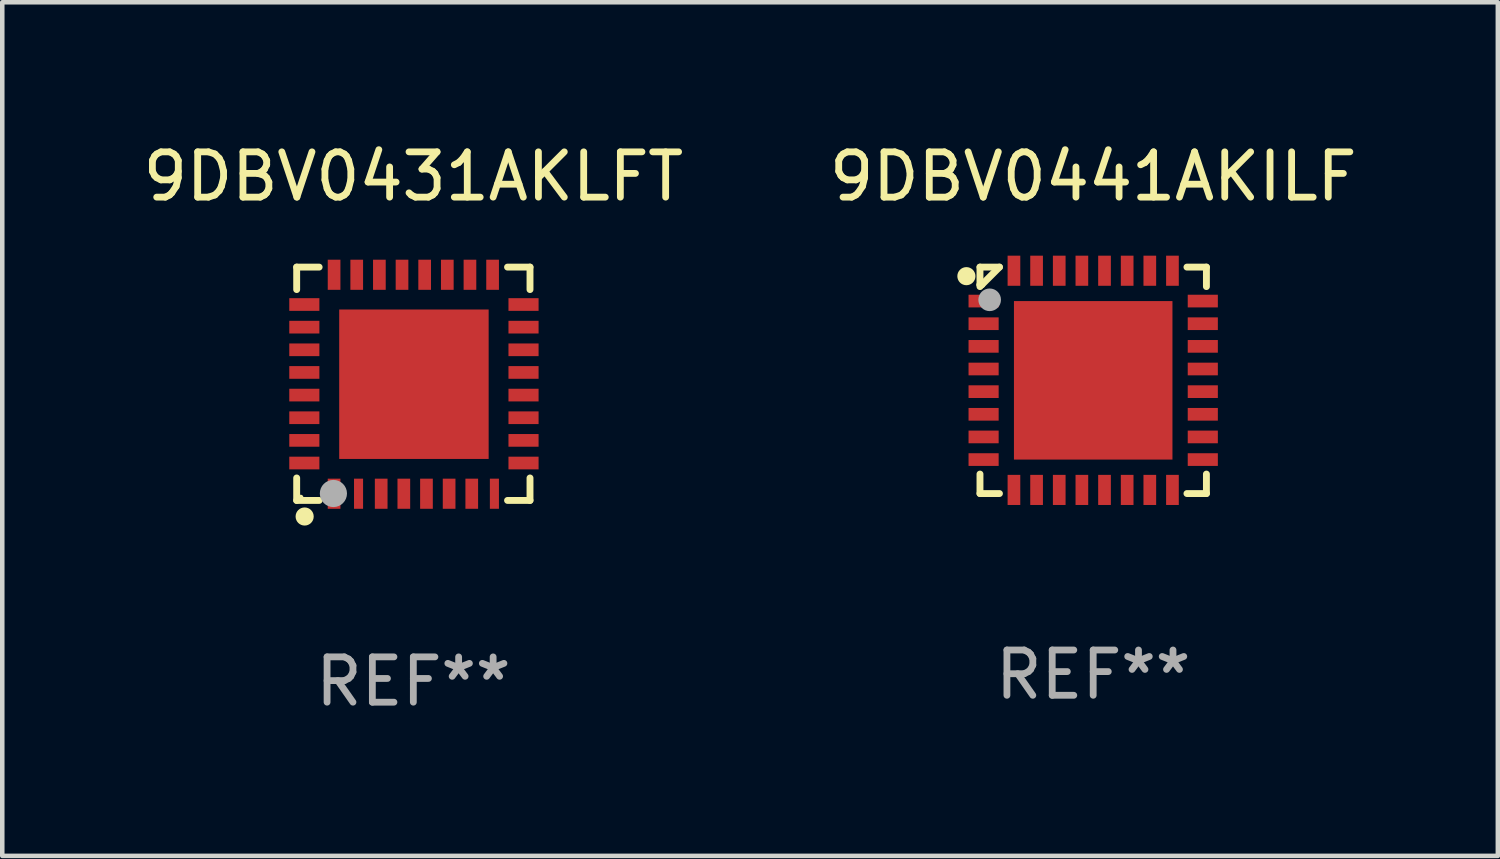
<source format=kicad_pcb>
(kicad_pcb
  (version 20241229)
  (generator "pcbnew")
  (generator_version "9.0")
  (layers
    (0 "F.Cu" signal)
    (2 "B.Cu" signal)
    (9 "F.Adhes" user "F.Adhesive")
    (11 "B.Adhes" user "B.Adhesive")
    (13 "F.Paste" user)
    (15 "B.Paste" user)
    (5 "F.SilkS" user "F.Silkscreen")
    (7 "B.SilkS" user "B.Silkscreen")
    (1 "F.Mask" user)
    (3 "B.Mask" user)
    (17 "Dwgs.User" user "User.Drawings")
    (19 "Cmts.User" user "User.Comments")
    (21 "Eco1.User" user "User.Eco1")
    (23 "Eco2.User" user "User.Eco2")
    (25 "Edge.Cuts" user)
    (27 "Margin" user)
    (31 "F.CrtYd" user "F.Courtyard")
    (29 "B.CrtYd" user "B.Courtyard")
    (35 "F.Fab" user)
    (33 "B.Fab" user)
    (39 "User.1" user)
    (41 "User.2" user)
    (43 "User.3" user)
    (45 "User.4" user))
  (footprint "9DBV0441AKILF"
    (layer "F.Cu")
    (at 21.089 5.348)
    (property "Reference" "9DBV0441AKILF" (at 0 -4.5 0) (layer "F.SilkS") (effects (font (size 1 1) (thickness 0.15))))
    (attr through_hole)
    (fp_line (start -2.5 -2.5) (end -2.07 -2.5) (stroke (width 0.152) (type solid)) (layer "F.SilkS"))
    (fp_line (start -2.5 -2.11) (end -2.5 -2.5) (stroke (width 0.152) (type solid)) (layer "F.SilkS"))
    (fp_line (start -2.5 -2.11) (end -2.5 -2.07) (stroke (width 0.152) (type solid)) (layer "F.SilkS"))
    (fp_line (start -2.5 -2.11) (end -2.46 -2.11) (stroke (width 0.152) (type solid)) (layer "F.SilkS"))
    (fp_line (start -2.5 2.5) (end -2.5 2.07) (stroke (width 0.152) (type solid)) (layer "F.SilkS"))
    (fp_line (start -2.46 -2.11) (end -2.07 -2.5) (stroke (width 0.152) (type solid)) (layer "F.SilkS"))
    (fp_line (start -2.07 2.5) (end -2.5 2.5) (stroke (width 0.152) (type solid)) (layer "F.SilkS"))
    (fp_line (start 2.07 -2.5) (end 2.5 -2.5) (stroke (width 0.152) (type solid)) (layer "F.SilkS"))
    (fp_line (start 2.5 -2.5) (end 2.5 -2.07) (stroke (width 0.152) (type solid)) (layer "F.SilkS"))
    (fp_line (start 2.5 2.07) (end 2.5 2.5) (stroke (width 0.152) (type solid)) (layer "F.SilkS"))
    (fp_line (start 2.5 2.5) (end 2.07 2.5) (stroke (width 0.152) (type solid)) (layer "F.SilkS"))
    (fp_circle (center -2.8 -2.3) (end -2.7 -2.3) (stroke (width 0.2) (type solid)) (fill no) (layer "F.SilkS"))
    (fp_circle (center -2.5 -2.5) (end -2.47 -2.5) (stroke (width 0.06) (type solid)) (fill no) (layer "F.SilkS"))
    (fp_circle (center -2.286 -1.778) (end -2.161 -1.778) (stroke (width 0.25) (type solid)) (fill no) (layer "F.Fab"))
    (fp_text user "REF**" (at 0 6.5 0) (layer "F.Fab") (effects (font (size 1 1) (thickness 0.15))))
    (pad "1" smd rect (at -2.42 -1.75 270) (size 0.28 0.665) (layers "F.Cu" "F.Mask" "F.Paste"))
    (pad "2" smd rect (at -2.42 -1.25 270) (size 0.28 0.665) (layers "F.Cu" "F.Mask" "F.Paste"))
    (pad "3" smd rect (at -2.42 -0.75 270) (size 0.28 0.665) (layers "F.Cu" "F.Mask" "F.Paste"))
    (pad "4" smd rect (at -2.42 -0.25 270) (size 0.28 0.665) (layers "F.Cu" "F.Mask" "F.Paste"))
    (pad "5" smd rect (at -2.42 0.25 270) (size 0.28 0.665) (layers "F.Cu" "F.Mask" "F.Paste"))
    (pad "6" smd rect (at -2.42 0.75 270) (size 0.28 0.665) (layers "F.Cu" "F.Mask" "F.Paste"))
    (pad "7" smd rect (at -2.42 1.25 270) (size 0.28 0.665) (layers "F.Cu" "F.Mask" "F.Paste"))
    (pad "8" smd rect (at -2.42 1.75 270) (size 0.28 0.665) (layers "F.Cu" "F.Mask" "F.Paste"))
    (pad "9" smd rect (at -1.75 2.42 270) (size 0.665 0.28) (layers "F.Cu" "F.Mask" "F.Paste"))
    (pad "10" smd rect (at -1.25 2.42 270) (size 0.665 0.28) (layers "F.Cu" "F.Mask" "F.Paste"))
    (pad "11" smd rect (at -0.75 2.42 270) (size 0.665 0.28) (layers "F.Cu" "F.Mask" "F.Paste"))
    (pad "12" smd rect (at -0.25 2.42 270) (size 0.665 0.28) (layers "F.Cu" "F.Mask" "F.Paste"))
    (pad "13" smd rect (at 0.25 2.42 270) (size 0.665 0.28) (layers "F.Cu" "F.Mask" "F.Paste"))
    (pad "14" smd rect (at 0.75 2.42 270) (size 0.665 0.28) (layers "F.Cu" "F.Mask" "F.Paste"))
    (pad "15" smd rect (at 1.25 2.42 270) (size 0.665 0.28) (layers "F.Cu" "F.Mask" "F.Paste"))
    (pad "16" smd rect (at 1.75 2.42 270) (size 0.665 0.28) (layers "F.Cu" "F.Mask" "F.Paste"))
    (pad "17" smd rect (at 2.42 1.75 270) (size 0.28 0.665) (layers "F.Cu" "F.Mask" "F.Paste"))
    (pad "18" smd rect (at 2.42 1.25 270) (size 0.28 0.665) (layers "F.Cu" "F.Mask" "F.Paste"))
    (pad "19" smd rect (at 2.42 0.75 270) (size 0.28 0.665) (layers "F.Cu" "F.Mask" "F.Paste"))
    (pad "20" smd rect (at 2.42 0.25 270) (size 0.28 0.665) (layers "F.Cu" "F.Mask" "F.Paste"))
    (pad "21" smd rect (at 2.42 -0.25 270) (size 0.28 0.665) (layers "F.Cu" "F.Mask" "F.Paste"))
    (pad "22" smd rect (at 2.42 -0.75 270) (size 0.28 0.665) (layers "F.Cu" "F.Mask" "F.Paste"))
    (pad "23" smd rect (at 2.42 -1.25 270) (size 0.28 0.665) (layers "F.Cu" "F.Mask" "F.Paste"))
    (pad "24" smd rect (at 2.42 -1.75 270) (size 0.28 0.665) (layers "F.Cu" "F.Mask" "F.Paste"))
    (pad "25" smd rect (at 1.75 -2.42 270) (size 0.665 0.28) (layers "F.Cu" "F.Mask" "F.Paste"))
    (pad "26" smd rect (at 1.25 -2.42 270) (size 0.665 0.28) (layers "F.Cu" "F.Mask" "F.Paste"))
    (pad "27" smd rect (at 0.75 -2.42 270) (size 0.665 0.28) (layers "F.Cu" "F.Mask" "F.Paste"))
    (pad "28" smd rect (at 0.25 -2.42 270) (size 0.665 0.28) (layers "F.Cu" "F.Mask" "F.Paste"))
    (pad "29" smd rect (at -0.25 -2.42 270) (size 0.665 0.28) (layers "F.Cu" "F.Mask" "F.Paste"))
    (pad "30" smd rect (at -0.75 -2.42 270) (size 0.665 0.28) (layers "F.Cu" "F.Mask" "F.Paste"))
    (pad "31" smd rect (at -1.25 -2.42 270) (size 0.665 0.28) (layers "F.Cu" "F.Mask" "F.Paste"))
    (pad "32" smd rect (at -1.75 -2.42 270) (size 0.665 0.28) (layers "F.Cu" "F.Mask" "F.Paste"))
    (pad "33" smd rect (at 0 0 270) (size 3.5 3.5) (layers "F.Cu" "F.Mask" "F.Paste")))
  (footprint "9DBV0431AKLFT"
    (layer "F.Cu")
    (at 6.077 5.424)
    (property "Reference" "9DBV0431AKLFT" (at 0 -4.576 0) (layer "F.SilkS") (effects (font (size 1 1) (thickness 0.15))))
    (attr through_hole)
    (fp_line (start -2.576 -2.576) (end -2.576 -2.08) (stroke (width 0.152) (type solid)) (layer "F.SilkS"))
    (fp_line (start -2.576 2.576) (end -2.576 2.08) (stroke (width 0.152) (type solid)) (layer "F.SilkS"))
    (fp_line (start -2.08 -2.576) (end -2.576 -2.576) (stroke (width 0.152) (type solid)) (layer "F.SilkS"))
    (fp_line (start -2.08 2.576) (end -2.576 2.576) (stroke (width 0.152) (type solid)) (layer "F.SilkS"))
    (fp_line (start 2.08 -2.576) (end 2.576 -2.576) (stroke (width 0.152) (type solid)) (layer "F.SilkS"))
    (fp_line (start 2.08 2.576) (end 2.576 2.576) (stroke (width 0.152) (type solid)) (layer "F.SilkS"))
    (fp_line (start 2.576 -2.576) (end 2.576 -2.08) (stroke (width 0.152) (type solid)) (layer "F.SilkS"))
    (fp_line (start 2.576 2.576) (end 2.576 2.08) (stroke (width 0.152) (type solid)) (layer "F.SilkS"))
    (fp_circle (center -2.487 2.51) (end -2.457 2.51) (stroke (width 0.06) (type solid)) (fill no) (layer "F.SilkS"))
    (fp_circle (center -2.4 2.931) (end -2.3 2.931) (stroke (width 0.2) (type solid)) (fill no) (layer "F.SilkS"))
    (fp_circle (center -1.765 2.423) (end -1.615 2.423) (stroke (width 0.3) (type solid)) (fill no) (layer "F.Fab"))
    (fp_text user "REF**" (at 0 6.576 0) (layer "F.Fab") (effects (font (size 1 1) (thickness 0.15))))
    (pad "1" smd rect (at -1.75 2.428) (size 0.28 0.665) (layers "F.Cu" "F.Mask" "F.Paste"))
    (pad "2" smd rect (at -1.21 2.428) (size 0.2 0.665) (layers "F.Cu" "F.Mask" "F.Paste"))
    (pad "3" smd rect (at -0.71 2.428) (size 0.28 0.665) (layers "F.Cu" "F.Mask" "F.Paste"))
    (pad "4" smd rect (at -0.21 2.428) (size 0.28 0.665) (layers "F.Cu" "F.Mask" "F.Paste"))
    (pad "5" smd rect (at 0.29 2.428) (size 0.28 0.665) (layers "F.Cu" "F.Mask" "F.Paste"))
    (pad "6" smd rect (at 0.79 2.428) (size 0.28 0.665) (layers "F.Cu" "F.Mask" "F.Paste"))
    (pad "7" smd rect (at 1.29 2.428) (size 0.28 0.665) (layers "F.Cu" "F.Mask" "F.Paste"))
    (pad "8" smd rect (at 1.79 2.428) (size 0.2 0.665) (layers "F.Cu" "F.Mask" "F.Paste"))
    (pad "9" smd rect (at 2.433 1.75) (size 0.665 0.28) (layers "F.Cu" "F.Mask" "F.Paste"))
    (pad "10" smd rect (at 2.433 1.25) (size 0.665 0.28) (layers "F.Cu" "F.Mask" "F.Paste"))
    (pad "11" smd rect (at 2.433 0.75) (size 0.665 0.28) (layers "F.Cu" "F.Mask" "F.Paste"))
    (pad "12" smd rect (at 2.433 0.25) (size 0.665 0.28) (layers "F.Cu" "F.Mask" "F.Paste"))
    (pad "13" smd rect (at 2.433 -0.25) (size 0.665 0.28) (layers "F.Cu" "F.Mask" "F.Paste"))
    (pad "14" smd rect (at 2.433 -0.75) (size 0.665 0.28) (layers "F.Cu" "F.Mask" "F.Paste"))
    (pad "15" smd rect (at 2.433 -1.25) (size 0.665 0.28) (layers "F.Cu" "F.Mask" "F.Paste"))
    (pad "16" smd rect (at 2.433 -1.75) (size 0.665 0.28) (layers "F.Cu" "F.Mask" "F.Paste"))
    (pad "17" smd rect (at 1.75 -2.407) (size 0.28 0.665) (layers "F.Cu" "F.Mask" "F.Paste"))
    (pad "18" smd rect (at 1.25 -2.407) (size 0.28 0.665) (layers "F.Cu" "F.Mask" "F.Paste"))
    (pad "19" smd rect (at 0.75 -2.407) (size 0.28 0.665) (layers "F.Cu" "F.Mask" "F.Paste"))
    (pad "20" smd rect (at 0.25 -2.407) (size 0.28 0.665) (layers "F.Cu" "F.Mask" "F.Paste"))
    (pad "21" smd rect (at -0.25 -2.407) (size 0.28 0.665) (layers "F.Cu" "F.Mask" "F.Paste"))
    (pad "22" smd rect (at -0.75 -2.407) (size 0.28 0.665) (layers "F.Cu" "F.Mask" "F.Paste"))
    (pad "23" smd rect (at -1.25 -2.407) (size 0.28 0.665) (layers "F.Cu" "F.Mask" "F.Paste"))
    (pad "24" smd rect (at -1.75 -2.407) (size 0.28 0.665) (layers "F.Cu" "F.Mask" "F.Paste"))
    (pad "25" smd rect (at -2.407 -1.75) (size 0.665 0.28) (layers "F.Cu" "F.Mask" "F.Paste"))
    (pad "26" smd rect (at -2.407 -1.25) (size 0.665 0.28) (layers "F.Cu" "F.Mask" "F.Paste"))
    (pad "27" smd rect (at -2.407 -0.75) (size 0.665 0.28) (layers "F.Cu" "F.Mask" "F.Paste"))
    (pad "28" smd rect (at -2.407 -0.25) (size 0.665 0.28) (layers "F.Cu" "F.Mask" "F.Paste"))
    (pad "29" smd rect (at -2.407 0.25) (size 0.665 0.28) (layers "F.Cu" "F.Mask" "F.Paste"))
    (pad "30" smd rect (at -2.407 0.75) (size 0.665 0.28) (layers "F.Cu" "F.Mask" "F.Paste"))
    (pad "31" smd rect (at -2.407 1.25) (size 0.665 0.28) (layers "F.Cu" "F.Mask" "F.Paste"))
    (pad "32" smd rect (at -2.407 1.75) (size 0.665 0.28) (layers "F.Cu" "F.Mask" "F.Paste"))
    (pad "33" smd rect (at 0.013 0.01) (size 3.3 3.3) (layers "F.Cu" "F.Mask" "F.Paste")))
  (gr_rect
    (start -3 -3)
    (end 30.024 15.849)
    (stroke (width 0.1) (type default))
    (fill no)
    (layer "Edge.Cuts")))
</source>
